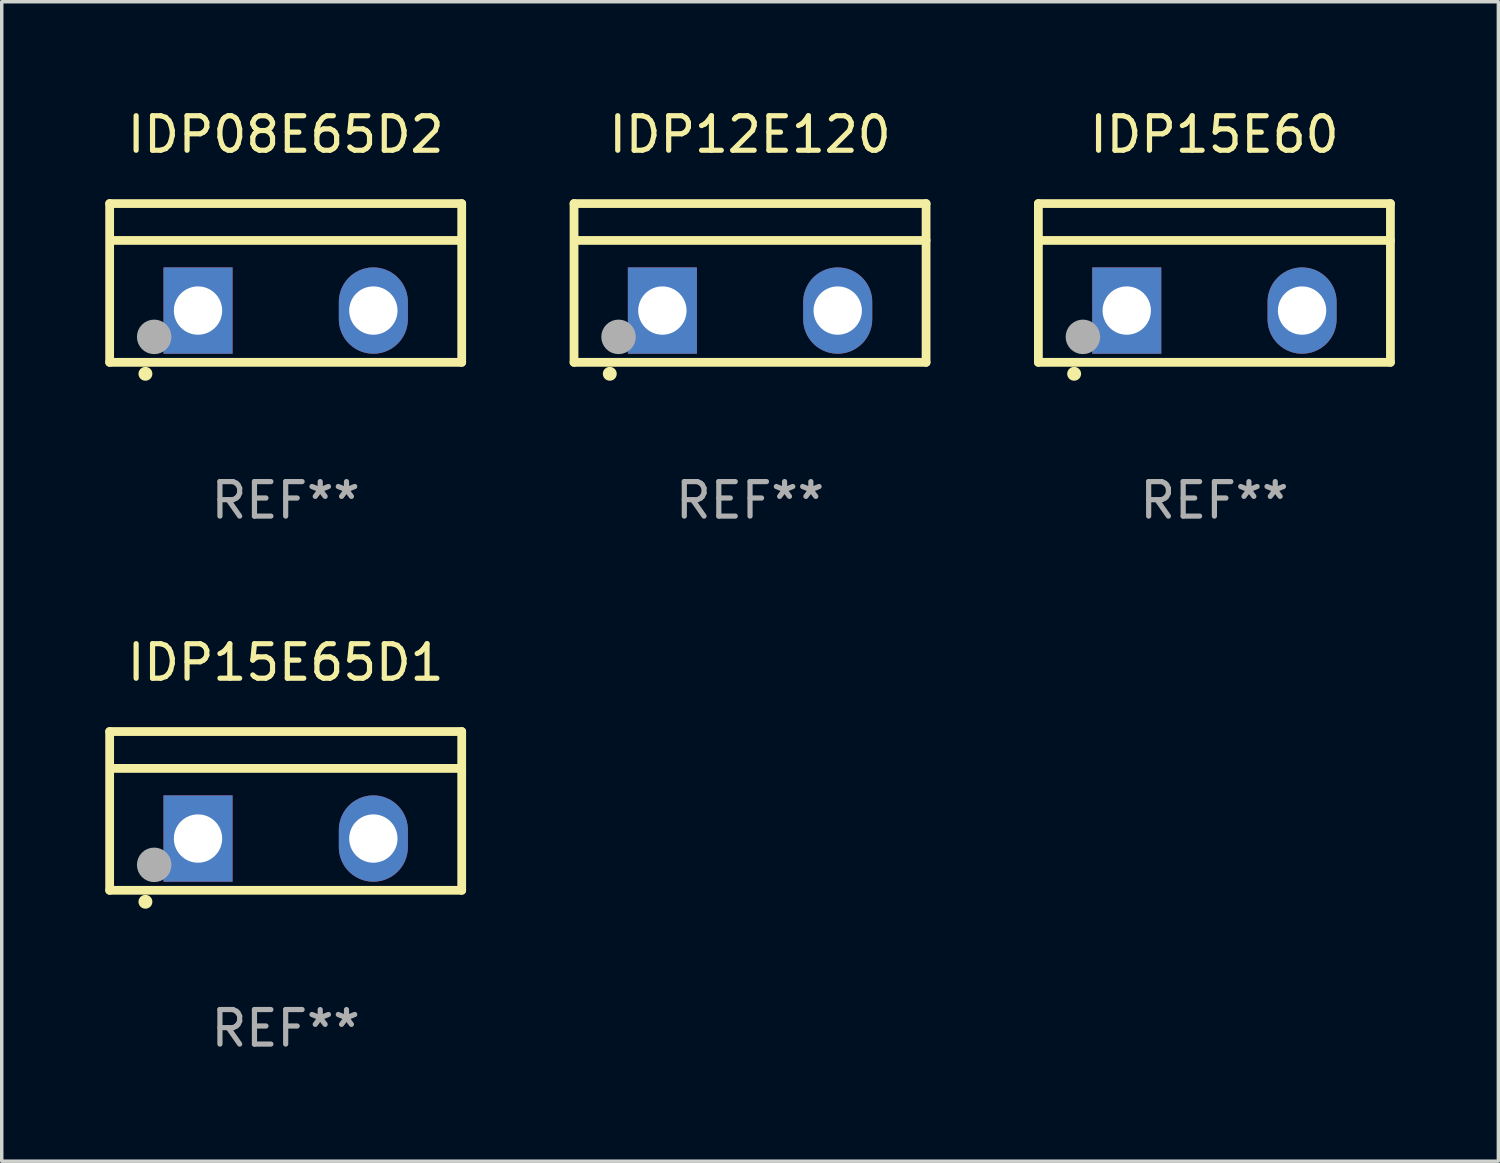
<source format=kicad_pcb>
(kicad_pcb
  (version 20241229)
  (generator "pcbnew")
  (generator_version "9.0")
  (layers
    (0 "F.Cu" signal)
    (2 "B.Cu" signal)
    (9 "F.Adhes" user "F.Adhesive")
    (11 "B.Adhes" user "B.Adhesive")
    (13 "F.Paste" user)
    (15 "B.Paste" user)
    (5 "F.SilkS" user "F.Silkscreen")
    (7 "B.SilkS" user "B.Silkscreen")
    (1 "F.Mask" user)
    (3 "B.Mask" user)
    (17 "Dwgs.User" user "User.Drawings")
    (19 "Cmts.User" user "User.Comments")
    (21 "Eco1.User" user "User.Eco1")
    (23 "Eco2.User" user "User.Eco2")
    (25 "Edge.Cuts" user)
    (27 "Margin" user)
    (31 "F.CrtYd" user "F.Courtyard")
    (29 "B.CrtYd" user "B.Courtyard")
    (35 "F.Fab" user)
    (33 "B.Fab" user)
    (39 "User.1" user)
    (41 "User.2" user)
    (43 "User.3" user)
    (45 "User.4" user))
  (footprint "IDP15E60"
    (layer "F.Cu")
    (at 32.135 5.148)
    (property "Reference" "IDP15E60" (at 0 -4.3 0) (layer "F.SilkS") (effects (font (size 1 1) (thickness 0.15))))
    (attr through_hole)
    (fp_line (start -5.1 -2.3) (end -5.1 2.3) (stroke (width 0.254) (type solid)) (layer "F.SilkS"))
    (fp_line (start -5.1 2.3) (end 5.1 2.3) (stroke (width 0.254) (type solid)) (layer "F.SilkS"))
    (fp_line (start -5.08 -1.232) (end 5.1 -1.232) (stroke (width 0.254) (type solid)) (layer "F.SilkS"))
    (fp_line (start 5.1 -2.3) (end -5.1 -2.3) (stroke (width 0.254) (type solid)) (layer "F.SilkS"))
    (fp_line (start 5.1 -2.3) (end 5.1 2.3) (stroke (width 0.254) (type solid)) (layer "F.SilkS"))
    (fp_arc (start -4.065278 2.632004) (mid -4.064008 2.632) (end -4.062738 2.632004) (stroke (width 0.4) (type solid)) (layer "F.SilkS"))
    (fp_circle (center -5.1 2.32) (end -5.07 2.32) (stroke (width 0.06) (type solid)) (fill no) (layer "F.SilkS"))
    (fp_circle (center -3.81 1.562) (end -3.56 1.562) (stroke (width 0.5) (type solid)) (fill no) (layer "F.Fab"))
    (fp_text user "REF**" (at 0 6.3 0) (layer "F.Fab") (effects (font (size 1 1) (thickness 0.15))))
    (pad "1" thru_hole rect (at -2.54 0.8) (size 2 2.5) (drill 1.4) (layers "*.Cu" "*.Mask"))
    (pad "2" thru_hole oval (at 2.54 0.8) (size 2 2.5) (drill 1.4) (layers "*.Cu" "*.Mask")))
  (footprint "IDP12E120"
    (layer "F.Cu")
    (at 18.681 5.148)
    (property "Reference" "IDP12E120" (at 0 -4.3 0) (layer "F.SilkS") (effects (font (size 1 1) (thickness 0.15))))
    (attr through_hole)
    (fp_line (start -5.1 -2.3) (end -5.1 2.3) (stroke (width 0.254) (type solid)) (layer "F.SilkS"))
    (fp_line (start -5.1 2.3) (end 5.1 2.3) (stroke (width 0.254) (type solid)) (layer "F.SilkS"))
    (fp_line (start -5.08 -1.232) (end 5.1 -1.232) (stroke (width 0.254) (type solid)) (layer "F.SilkS"))
    (fp_line (start 5.1 -2.3) (end -5.1 -2.3) (stroke (width 0.254) (type solid)) (layer "F.SilkS"))
    (fp_line (start 5.1 -2.3) (end 5.1 2.3) (stroke (width 0.254) (type solid)) (layer "F.SilkS"))
    (fp_arc (start -4.065278 2.632004) (mid -4.064008 2.632) (end -4.062738 2.632004) (stroke (width 0.4) (type solid)) (layer "F.SilkS"))
    (fp_circle (center -5.1 2.32) (end -5.07 2.32) (stroke (width 0.06) (type solid)) (fill no) (layer "F.SilkS"))
    (fp_circle (center -3.81 1.562) (end -3.56 1.562) (stroke (width 0.5) (type solid)) (fill no) (layer "F.Fab"))
    (fp_text user "REF**" (at 0 6.3 0) (layer "F.Fab") (effects (font (size 1 1) (thickness 0.15))))
    (pad "1" thru_hole rect (at -2.54 0.8) (size 2 2.5) (drill 1.4) (layers "*.Cu" "*.Mask"))
    (pad "2" thru_hole oval (at 2.54 0.8) (size 2 2.5) (drill 1.4) (layers "*.Cu" "*.Mask")))
  (footprint "IDP15E65D1"
    (layer "F.Cu")
    (at 5.227 20.445)
    (property "Reference" "IDP15E65D1" (at 0 -4.3 0) (layer "F.SilkS") (effects (font (size 1 1) (thickness 0.15))))
    (attr through_hole)
    (fp_line (start -5.1 -2.3) (end -5.1 2.3) (stroke (width 0.254) (type solid)) (layer "F.SilkS"))
    (fp_line (start -5.1 2.3) (end 5.1 2.3) (stroke (width 0.254) (type solid)) (layer "F.SilkS"))
    (fp_line (start -5.08 -1.232) (end 5.1 -1.232) (stroke (width 0.254) (type solid)) (layer "F.SilkS"))
    (fp_line (start 5.1 -2.3) (end -5.1 -2.3) (stroke (width 0.254) (type solid)) (layer "F.SilkS"))
    (fp_line (start 5.1 -2.3) (end 5.1 2.3) (stroke (width 0.254) (type solid)) (layer "F.SilkS"))
    (fp_arc (start -4.065278 2.632004) (mid -4.064008 2.632) (end -4.062738 2.632004) (stroke (width 0.4) (type solid)) (layer "F.SilkS"))
    (fp_circle (center -5.1 2.32) (end -5.07 2.32) (stroke (width 0.06) (type solid)) (fill no) (layer "F.SilkS"))
    (fp_circle (center -3.81 1.562) (end -3.56 1.562) (stroke (width 0.5) (type solid)) (fill no) (layer "F.Fab"))
    (fp_text user "REF**" (at 0 6.3 0) (layer "F.Fab") (effects (font (size 1 1) (thickness 0.15))))
    (pad "1" thru_hole rect (at -2.54 0.8) (size 2 2.5) (drill 1.4) (layers "*.Cu" "*.Mask"))
    (pad "2" thru_hole oval (at 2.54 0.8) (size 2 2.5) (drill 1.4) (layers "*.Cu" "*.Mask")))
  (footprint "IDP08E65D2"
    (layer "F.Cu")
    (at 5.227 5.148)
    (property "Reference" "IDP08E65D2" (at 0 -4.3 0) (layer "F.SilkS") (effects (font (size 1 1) (thickness 0.15))))
    (attr through_hole)
    (fp_line (start -5.1 -2.3) (end -5.1 2.3) (stroke (width 0.254) (type solid)) (layer "F.SilkS"))
    (fp_line (start -5.1 2.3) (end 5.1 2.3) (stroke (width 0.254) (type solid)) (layer "F.SilkS"))
    (fp_line (start -5.08 -1.232) (end 5.1 -1.232) (stroke (width 0.254) (type solid)) (layer "F.SilkS"))
    (fp_line (start 5.1 -2.3) (end -5.1 -2.3) (stroke (width 0.254) (type solid)) (layer "F.SilkS"))
    (fp_line (start 5.1 -2.3) (end 5.1 2.3) (stroke (width 0.254) (type solid)) (layer "F.SilkS"))
    (fp_arc (start -4.065278 2.632004) (mid -4.064008 2.632) (end -4.062738 2.632004) (stroke (width 0.4) (type solid)) (layer "F.SilkS"))
    (fp_circle (center -5.1 2.32) (end -5.07 2.32) (stroke (width 0.06) (type solid)) (fill no) (layer "F.SilkS"))
    (fp_circle (center -3.81 1.562) (end -3.56 1.562) (stroke (width 0.5) (type solid)) (fill no) (layer "F.Fab"))
    (fp_text user "REF**" (at 0 6.3 0) (layer "F.Fab") (effects (font (size 1 1) (thickness 0.15))))
    (pad "1" thru_hole rect (at -2.54 0.8) (size 2 2.5) (drill 1.4) (layers "*.Cu" "*.Mask"))
    (pad "2" thru_hole oval (at 2.54 0.8) (size 2 2.5) (drill 1.4) (layers "*.Cu" "*.Mask")))
  (gr_rect
    (start -3 -3)
    (end 40.362 30.593)
    (stroke (width 0.1) (type default))
    (fill no)
    (layer "Edge.Cuts")))
</source>
